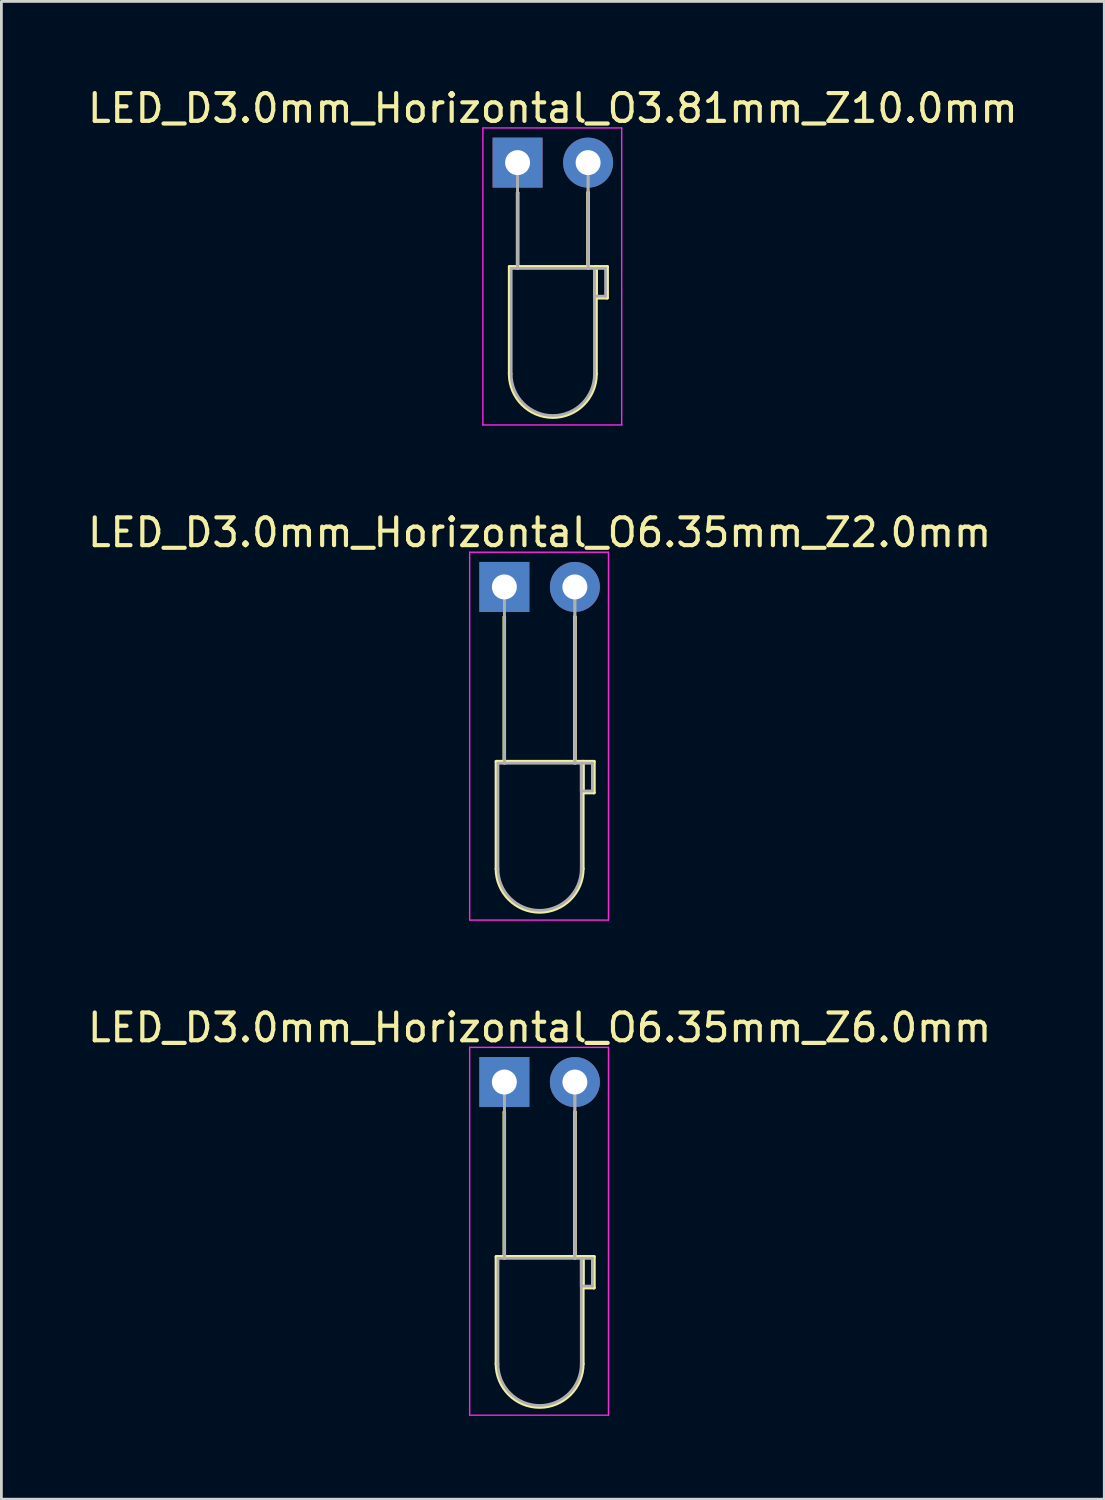
<source format=kicad_pcb>
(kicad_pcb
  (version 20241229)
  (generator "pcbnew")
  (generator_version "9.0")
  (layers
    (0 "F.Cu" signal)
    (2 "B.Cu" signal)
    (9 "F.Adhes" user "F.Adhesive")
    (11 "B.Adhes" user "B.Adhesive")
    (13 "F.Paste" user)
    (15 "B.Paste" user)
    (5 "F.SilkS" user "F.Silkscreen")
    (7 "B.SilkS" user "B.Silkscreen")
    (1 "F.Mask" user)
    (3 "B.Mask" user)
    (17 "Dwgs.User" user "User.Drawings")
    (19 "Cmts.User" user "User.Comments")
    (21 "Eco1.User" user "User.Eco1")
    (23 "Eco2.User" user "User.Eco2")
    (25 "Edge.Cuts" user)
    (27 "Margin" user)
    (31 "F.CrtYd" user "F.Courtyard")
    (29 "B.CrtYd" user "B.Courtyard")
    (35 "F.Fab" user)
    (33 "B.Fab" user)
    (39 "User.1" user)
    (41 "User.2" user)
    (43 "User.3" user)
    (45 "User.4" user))
  (footprint "LED_D3.0mm_Horizontal_O3.81mm_Z10.0mm"
    (layer "F.Cu")
    (at 15.593 2.808)
    (property "Reference" "LED_D3.0mm_Horizontal_O3.81mm_Z10.0mm" (at 1.27 -1.96 0) (layer "F.SilkS") (effects (font (size 1 1) (thickness 0.15))))
    (attr through_hole)
    (fp_line (start -0.29 3.75) (end -0.29 7.61) (stroke (width 0.12) (type solid)) (layer "F.SilkS"))
    (fp_line (start -0.29 3.75) (end 2.83 3.75) (stroke (width 0.12) (type solid)) (layer "F.SilkS"))
    (fp_line (start 0 1.08) (end 0 1.08) (stroke (width 0.12) (type solid)) (layer "F.SilkS"))
    (fp_line (start 0 1.08) (end 0 3.75) (stroke (width 0.12) (type solid)) (layer "F.SilkS"))
    (fp_line (start 0 3.75) (end 0 1.08) (stroke (width 0.12) (type solid)) (layer "F.SilkS"))
    (fp_line (start 0 3.75) (end 0 3.75) (stroke (width 0.12) (type solid)) (layer "F.SilkS"))
    (fp_line (start 2.54 1.08) (end 2.54 1.08) (stroke (width 0.12) (type solid)) (layer "F.SilkS"))
    (fp_line (start 2.54 1.08) (end 2.54 3.75) (stroke (width 0.12) (type solid)) (layer "F.SilkS"))
    (fp_line (start 2.54 3.75) (end 2.54 1.08) (stroke (width 0.12) (type solid)) (layer "F.SilkS"))
    (fp_line (start 2.54 3.75) (end 2.54 3.75) (stroke (width 0.12) (type solid)) (layer "F.SilkS"))
    (fp_line (start 2.83 3.75) (end 2.83 7.61) (stroke (width 0.12) (type solid)) (layer "F.SilkS"))
    (fp_line (start 2.83 3.75) (end 3.23 3.75) (stroke (width 0.12) (type solid)) (layer "F.SilkS"))
    (fp_line (start 2.83 4.87) (end 2.83 3.75) (stroke (width 0.12) (type solid)) (layer "F.SilkS"))
    (fp_line (start 3.23 3.75) (end 3.23 4.87) (stroke (width 0.12) (type solid)) (layer "F.SilkS"))
    (fp_line (start 3.23 4.87) (end 2.83 4.87) (stroke (width 0.12) (type solid)) (layer "F.SilkS"))
    (fp_arc (start 2.83 7.61) (mid 1.27 9.17) (end -0.29 7.61) (stroke (width 0.12) (type solid)) (layer "F.SilkS"))
    (fp_line (start -1.25 -1.25) (end -1.25 9.45) (stroke (width 0.05) (type solid)) (layer "F.CrtYd"))
    (fp_line (start -1.25 9.45) (end 3.75 9.45) (stroke (width 0.05) (type solid)) (layer "F.CrtYd"))
    (fp_line (start 3.75 -1.25) (end -1.25 -1.25) (stroke (width 0.05) (type solid)) (layer "F.CrtYd"))
    (fp_line (start 3.75 9.45) (end 3.75 -1.25) (stroke (width 0.05) (type solid)) (layer "F.CrtYd"))
    (fp_line (start -0.23 3.81) (end -0.23 7.61) (stroke (width 0.1) (type solid)) (layer "F.Fab"))
    (fp_line (start -0.23 3.81) (end 2.77 3.81) (stroke (width 0.1) (type solid)) (layer "F.Fab"))
    (fp_line (start 0 0) (end 0 0) (stroke (width 0.1) (type solid)) (layer "F.Fab"))
    (fp_line (start 0 0) (end 0 3.81) (stroke (width 0.1) (type solid)) (layer "F.Fab"))
    (fp_line (start 0 3.81) (end 0 0) (stroke (width 0.1) (type solid)) (layer "F.Fab"))
    (fp_line (start 0 3.81) (end 0 3.81) (stroke (width 0.1) (type solid)) (layer "F.Fab"))
    (fp_line (start 2.54 0) (end 2.54 0) (stroke (width 0.1) (type solid)) (layer "F.Fab"))
    (fp_line (start 2.54 0) (end 2.54 3.81) (stroke (width 0.1) (type solid)) (layer "F.Fab"))
    (fp_line (start 2.54 3.81) (end 2.54 0) (stroke (width 0.1) (type solid)) (layer "F.Fab"))
    (fp_line (start 2.54 3.81) (end 2.54 3.81) (stroke (width 0.1) (type solid)) (layer "F.Fab"))
    (fp_line (start 2.77 3.81) (end 2.77 7.61) (stroke (width 0.1) (type solid)) (layer "F.Fab"))
    (fp_line (start 2.77 3.81) (end 3.17 3.81) (stroke (width 0.1) (type solid)) (layer "F.Fab"))
    (fp_line (start 2.77 4.81) (end 2.77 3.81) (stroke (width 0.1) (type solid)) (layer "F.Fab"))
    (fp_line (start 3.17 3.81) (end 3.17 4.81) (stroke (width 0.1) (type solid)) (layer "F.Fab"))
    (fp_line (start 3.17 4.81) (end 2.77 4.81) (stroke (width 0.1) (type solid)) (layer "F.Fab"))
    (fp_arc (start 2.77 7.61) (mid 1.27 9.11) (end -0.23 7.61) (stroke (width 0.1) (type solid)) (layer "F.Fab"))
    (pad "1" thru_hole rect (at 0 0) (size 1.8 1.8) (drill 0.9) (layers "*.Cu" "*.Mask"))
    (pad "2" thru_hole circle (at 2.54 0) (size 1.8 1.8) (drill 0.9) (layers "*.Cu" "*.Mask")))
  (footprint "LED_D3.0mm_Horizontal_O6.35mm_Z2.0mm"
    (layer "F.Cu")
    (at 15.117 18.091)
    (property "Reference" "LED_D3.0mm_Horizontal_O6.35mm_Z2.0mm" (at 1.27 -1.96 0) (layer "F.SilkS") (effects (font (size 1 1) (thickness 0.15))))
    (attr through_hole)
    (fp_line (start -0.29 6.29) (end -0.29 10.15) (stroke (width 0.12) (type solid)) (layer "F.SilkS"))
    (fp_line (start -0.29 6.29) (end 2.83 6.29) (stroke (width 0.12) (type solid)) (layer "F.SilkS"))
    (fp_line (start 0 1.08) (end 0 1.08) (stroke (width 0.12) (type solid)) (layer "F.SilkS"))
    (fp_line (start 0 1.08) (end 0 6.29) (stroke (width 0.12) (type solid)) (layer "F.SilkS"))
    (fp_line (start 0 6.29) (end 0 1.08) (stroke (width 0.12) (type solid)) (layer "F.SilkS"))
    (fp_line (start 0 6.29) (end 0 6.29) (stroke (width 0.12) (type solid)) (layer "F.SilkS"))
    (fp_line (start 2.54 1.08) (end 2.54 1.08) (stroke (width 0.12) (type solid)) (layer "F.SilkS"))
    (fp_line (start 2.54 1.08) (end 2.54 6.29) (stroke (width 0.12) (type solid)) (layer "F.SilkS"))
    (fp_line (start 2.54 6.29) (end 2.54 1.08) (stroke (width 0.12) (type solid)) (layer "F.SilkS"))
    (fp_line (start 2.54 6.29) (end 2.54 6.29) (stroke (width 0.12) (type solid)) (layer "F.SilkS"))
    (fp_line (start 2.83 6.29) (end 2.83 10.15) (stroke (width 0.12) (type solid)) (layer "F.SilkS"))
    (fp_line (start 2.83 6.29) (end 3.23 6.29) (stroke (width 0.12) (type solid)) (layer "F.SilkS"))
    (fp_line (start 2.83 7.41) (end 2.83 6.29) (stroke (width 0.12) (type solid)) (layer "F.SilkS"))
    (fp_line (start 3.23 6.29) (end 3.23 7.41) (stroke (width 0.12) (type solid)) (layer "F.SilkS"))
    (fp_line (start 3.23 7.41) (end 2.83 7.41) (stroke (width 0.12) (type solid)) (layer "F.SilkS"))
    (fp_arc (start 2.83 10.15) (mid 1.27 11.71) (end -0.29 10.15) (stroke (width 0.12) (type solid)) (layer "F.SilkS"))
    (fp_line (start -1.25 -1.25) (end -1.25 12) (stroke (width 0.05) (type solid)) (layer "F.CrtYd"))
    (fp_line (start -1.25 12) (end 3.75 12) (stroke (width 0.05) (type solid)) (layer "F.CrtYd"))
    (fp_line (start 3.75 -1.25) (end -1.25 -1.25) (stroke (width 0.05) (type solid)) (layer "F.CrtYd"))
    (fp_line (start 3.75 12) (end 3.75 -1.25) (stroke (width 0.05) (type solid)) (layer "F.CrtYd"))
    (fp_line (start -0.23 6.35) (end -0.23 10.15) (stroke (width 0.1) (type solid)) (layer "F.Fab"))
    (fp_line (start -0.23 6.35) (end 2.77 6.35) (stroke (width 0.1) (type solid)) (layer "F.Fab"))
    (fp_line (start 0 0) (end 0 0) (stroke (width 0.1) (type solid)) (layer "F.Fab"))
    (fp_line (start 0 0) (end 0 6.35) (stroke (width 0.1) (type solid)) (layer "F.Fab"))
    (fp_line (start 0 6.35) (end 0 0) (stroke (width 0.1) (type solid)) (layer "F.Fab"))
    (fp_line (start 0 6.35) (end 0 6.35) (stroke (width 0.1) (type solid)) (layer "F.Fab"))
    (fp_line (start 2.54 0) (end 2.54 0) (stroke (width 0.1) (type solid)) (layer "F.Fab"))
    (fp_line (start 2.54 0) (end 2.54 6.35) (stroke (width 0.1) (type solid)) (layer "F.Fab"))
    (fp_line (start 2.54 6.35) (end 2.54 0) (stroke (width 0.1) (type solid)) (layer "F.Fab"))
    (fp_line (start 2.54 6.35) (end 2.54 6.35) (stroke (width 0.1) (type solid)) (layer "F.Fab"))
    (fp_line (start 2.77 6.35) (end 2.77 10.15) (stroke (width 0.1) (type solid)) (layer "F.Fab"))
    (fp_line (start 2.77 6.35) (end 3.17 6.35) (stroke (width 0.1) (type solid)) (layer "F.Fab"))
    (fp_line (start 2.77 7.35) (end 2.77 6.35) (stroke (width 0.1) (type solid)) (layer "F.Fab"))
    (fp_line (start 3.17 6.35) (end 3.17 7.35) (stroke (width 0.1) (type solid)) (layer "F.Fab"))
    (fp_line (start 3.17 7.35) (end 2.77 7.35) (stroke (width 0.1) (type solid)) (layer "F.Fab"))
    (fp_arc (start 2.77 10.15) (mid 1.27 11.65) (end -0.23 10.15) (stroke (width 0.1) (type solid)) (layer "F.Fab"))
    (pad "1" thru_hole rect (at 0 0) (size 1.8 1.8) (drill 0.9) (layers "*.Cu" "*.Mask"))
    (pad "2" thru_hole circle (at 2.54 0) (size 1.8 1.8) (drill 0.9) (layers "*.Cu" "*.Mask")))
  (footprint "LED_D3.0mm_Horizontal_O6.35mm_Z6.0mm"
    (layer "F.Cu")
    (at 15.117 35.925)
    (property "Reference" "LED_D3.0mm_Horizontal_O6.35mm_Z6.0mm" (at 1.27 -1.96 0) (layer "F.SilkS") (effects (font (size 1 1) (thickness 0.15))))
    (attr through_hole)
    (fp_line (start -0.29 6.29) (end -0.29 10.15) (stroke (width 0.12) (type solid)) (layer "F.SilkS"))
    (fp_line (start -0.29 6.29) (end 2.83 6.29) (stroke (width 0.12) (type solid)) (layer "F.SilkS"))
    (fp_line (start 0 1.08) (end 0 1.08) (stroke (width 0.12) (type solid)) (layer "F.SilkS"))
    (fp_line (start 0 1.08) (end 0 6.29) (stroke (width 0.12) (type solid)) (layer "F.SilkS"))
    (fp_line (start 0 6.29) (end 0 1.08) (stroke (width 0.12) (type solid)) (layer "F.SilkS"))
    (fp_line (start 0 6.29) (end 0 6.29) (stroke (width 0.12) (type solid)) (layer "F.SilkS"))
    (fp_line (start 2.54 1.08) (end 2.54 1.08) (stroke (width 0.12) (type solid)) (layer "F.SilkS"))
    (fp_line (start 2.54 1.08) (end 2.54 6.29) (stroke (width 0.12) (type solid)) (layer "F.SilkS"))
    (fp_line (start 2.54 6.29) (end 2.54 1.08) (stroke (width 0.12) (type solid)) (layer "F.SilkS"))
    (fp_line (start 2.54 6.29) (end 2.54 6.29) (stroke (width 0.12) (type solid)) (layer "F.SilkS"))
    (fp_line (start 2.83 6.29) (end 2.83 10.15) (stroke (width 0.12) (type solid)) (layer "F.SilkS"))
    (fp_line (start 2.83 6.29) (end 3.23 6.29) (stroke (width 0.12) (type solid)) (layer "F.SilkS"))
    (fp_line (start 2.83 7.41) (end 2.83 6.29) (stroke (width 0.12) (type solid)) (layer "F.SilkS"))
    (fp_line (start 3.23 6.29) (end 3.23 7.41) (stroke (width 0.12) (type solid)) (layer "F.SilkS"))
    (fp_line (start 3.23 7.41) (end 2.83 7.41) (stroke (width 0.12) (type solid)) (layer "F.SilkS"))
    (fp_arc (start 2.83 10.15) (mid 1.27 11.71) (end -0.29 10.15) (stroke (width 0.12) (type solid)) (layer "F.SilkS"))
    (fp_line (start -1.25 -1.25) (end -1.25 12) (stroke (width 0.05) (type solid)) (layer "F.CrtYd"))
    (fp_line (start -1.25 12) (end 3.75 12) (stroke (width 0.05) (type solid)) (layer "F.CrtYd"))
    (fp_line (start 3.75 -1.25) (end -1.25 -1.25) (stroke (width 0.05) (type solid)) (layer "F.CrtYd"))
    (fp_line (start 3.75 12) (end 3.75 -1.25) (stroke (width 0.05) (type solid)) (layer "F.CrtYd"))
    (fp_line (start -0.23 6.35) (end -0.23 10.15) (stroke (width 0.1) (type solid)) (layer "F.Fab"))
    (fp_line (start -0.23 6.35) (end 2.77 6.35) (stroke (width 0.1) (type solid)) (layer "F.Fab"))
    (fp_line (start 0 0) (end 0 0) (stroke (width 0.1) (type solid)) (layer "F.Fab"))
    (fp_line (start 0 0) (end 0 6.35) (stroke (width 0.1) (type solid)) (layer "F.Fab"))
    (fp_line (start 0 6.35) (end 0 0) (stroke (width 0.1) (type solid)) (layer "F.Fab"))
    (fp_line (start 0 6.35) (end 0 6.35) (stroke (width 0.1) (type solid)) (layer "F.Fab"))
    (fp_line (start 2.54 0) (end 2.54 0) (stroke (width 0.1) (type solid)) (layer "F.Fab"))
    (fp_line (start 2.54 0) (end 2.54 6.35) (stroke (width 0.1) (type solid)) (layer "F.Fab"))
    (fp_line (start 2.54 6.35) (end 2.54 0) (stroke (width 0.1) (type solid)) (layer "F.Fab"))
    (fp_line (start 2.54 6.35) (end 2.54 6.35) (stroke (width 0.1) (type solid)) (layer "F.Fab"))
    (fp_line (start 2.77 6.35) (end 2.77 10.15) (stroke (width 0.1) (type solid)) (layer "F.Fab"))
    (fp_line (start 2.77 6.35) (end 3.17 6.35) (stroke (width 0.1) (type solid)) (layer "F.Fab"))
    (fp_line (start 2.77 7.35) (end 2.77 6.35) (stroke (width 0.1) (type solid)) (layer "F.Fab"))
    (fp_line (start 3.17 6.35) (end 3.17 7.35) (stroke (width 0.1) (type solid)) (layer "F.Fab"))
    (fp_line (start 3.17 7.35) (end 2.77 7.35) (stroke (width 0.1) (type solid)) (layer "F.Fab"))
    (fp_arc (start 2.77 10.15) (mid 1.27 11.65) (end -0.23 10.15) (stroke (width 0.1) (type solid)) (layer "F.Fab"))
    (pad "1" thru_hole rect (at 0 0) (size 1.8 1.8) (drill 0.9) (layers "*.Cu" "*.Mask"))
    (pad "2" thru_hole circle (at 2.54 0) (size 1.8 1.8) (drill 0.9) (layers "*.Cu" "*.Mask")))
  (gr_rect
    (start -3 -3)
    (end 36.726 50.95)
    (stroke (width 0.1) (type default))
    (fill no)
    (layer "Edge.Cuts")))
</source>
